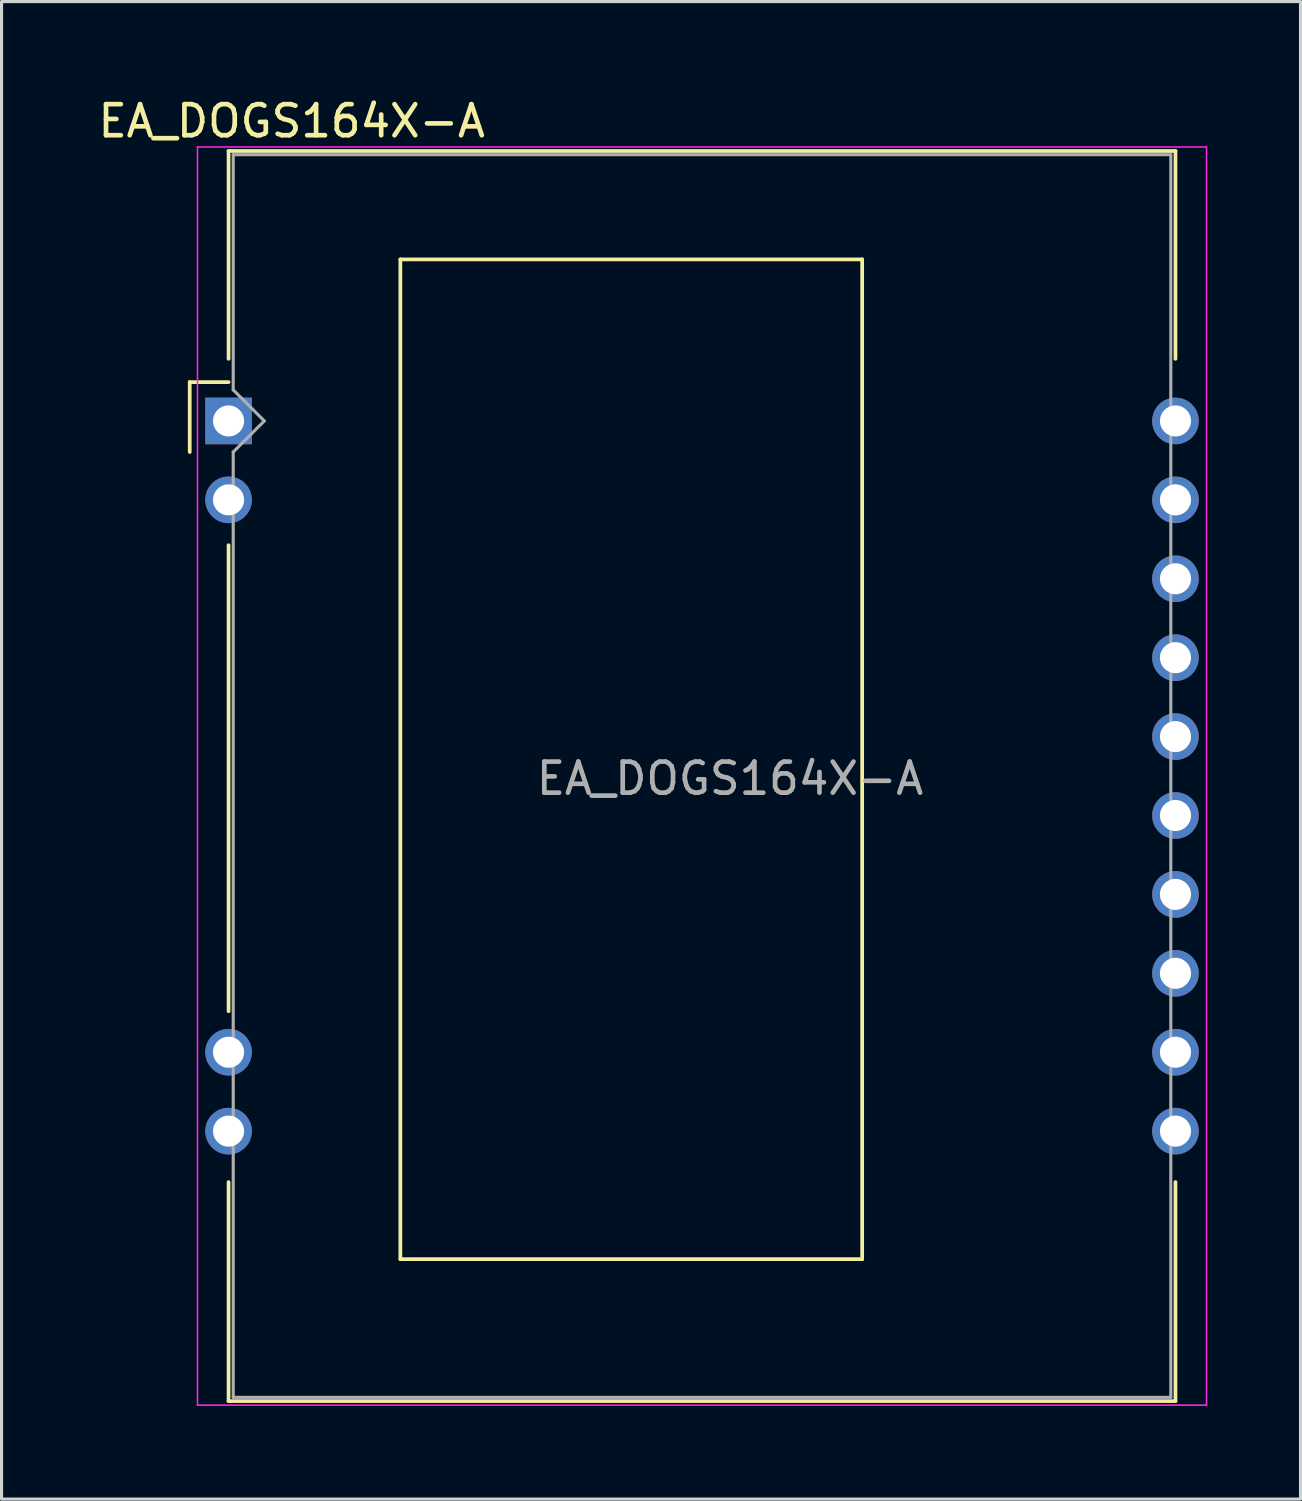
<source format=kicad_pcb>
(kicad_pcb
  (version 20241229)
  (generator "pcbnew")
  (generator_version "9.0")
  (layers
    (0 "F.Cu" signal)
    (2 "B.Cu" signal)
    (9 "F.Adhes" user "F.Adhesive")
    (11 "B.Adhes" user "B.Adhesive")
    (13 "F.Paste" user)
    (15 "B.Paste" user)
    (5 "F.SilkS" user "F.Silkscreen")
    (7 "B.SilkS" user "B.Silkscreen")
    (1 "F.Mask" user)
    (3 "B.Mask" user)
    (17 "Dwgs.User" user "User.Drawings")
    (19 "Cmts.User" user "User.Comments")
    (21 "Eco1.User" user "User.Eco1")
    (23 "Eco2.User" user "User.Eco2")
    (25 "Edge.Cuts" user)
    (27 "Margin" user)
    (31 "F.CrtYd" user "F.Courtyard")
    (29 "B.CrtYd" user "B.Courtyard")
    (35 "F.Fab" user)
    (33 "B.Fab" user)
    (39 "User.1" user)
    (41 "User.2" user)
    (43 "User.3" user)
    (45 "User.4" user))
  (footprint "EA_DOGS164X-A"
    (layer "F.Cu")
    (at 4.307 10.5)
    (property "Reference" "EA_DOGS164X-A" (at 2.032 -9.652 0) (layer "F.SilkS") (effects (font (size 1 1) (thickness 0.15))))
    (attr through_hole)
    (fp_line (start -1.25 -1.25) (end -1.25 1) (stroke (width 0.12) (type solid)) (layer "F.SilkS"))
    (fp_line (start -1.25 -1.25) (end 0 -1.25) (stroke (width 0.12) (type solid)) (layer "F.SilkS"))
    (fp_line (start 0 -8.69) (end 30.48 -8.69) (stroke (width 0.12) (type solid)) (layer "F.SilkS"))
    (fp_line (start 0 -2) (end 0 -8.69) (stroke (width 0.12) (type solid)) (layer "F.SilkS"))
    (fp_line (start 0 4) (end 0 19) (stroke (width 0.12) (type solid)) (layer "F.SilkS"))
    (fp_line (start 0 24.5) (end 0 31.55) (stroke (width 0.12) (type solid)) (layer "F.SilkS"))
    (fp_line (start 5.53 -5.2) (end 5.53 26.98) (stroke (width 0.12) (type solid)) (layer "F.SilkS"))
    (fp_line (start 5.53 26.98) (end 20.395 26.98) (stroke (width 0.12) (type solid)) (layer "F.SilkS"))
    (fp_line (start 20.395 -5.2) (end 5.53 -5.2) (stroke (width 0.12) (type solid)) (layer "F.SilkS"))
    (fp_line (start 20.395 26.98) (end 20.395 -5.2) (stroke (width 0.12) (type solid)) (layer "F.SilkS"))
    (fp_line (start 30.48 -8.69) (end 30.48 -2) (stroke (width 0.12) (type solid)) (layer "F.SilkS"))
    (fp_line (start 30.48 24.5) (end 30.48 31.55) (stroke (width 0.12) (type solid)) (layer "F.SilkS"))
    (fp_line (start 30.48 31.55) (end 0 31.55) (stroke (width 0.12) (type solid)) (layer "F.SilkS"))
    (fp_line (start -1 -8.82) (end 31.48 -8.82) (stroke (width 0.05) (type solid)) (layer "F.CrtYd"))
    (fp_line (start -1 31.68) (end -1 -8.82) (stroke (width 0.05) (type solid)) (layer "F.CrtYd"))
    (fp_line (start 31.48 -8.82) (end 31.48 31.68) (stroke (width 0.05) (type solid)) (layer "F.CrtYd"))
    (fp_line (start 31.48 31.68) (end -1 31.68) (stroke (width 0.05) (type solid)) (layer "F.CrtYd"))
    (fp_line (start 0.15 -8.57) (end 30.33 -8.57) (stroke (width 0.1) (type solid)) (layer "F.Fab"))
    (fp_line (start 0.15 -1) (end 0.15 -8.57) (stroke (width 0.1) (type solid)) (layer "F.Fab"))
    (fp_line (start 0.15 -1) (end 1.15 0) (stroke (width 0.1) (type solid)) (layer "F.Fab"))
    (fp_line (start 0.15 1) (end 0.15 31.43) (stroke (width 0.1) (type solid)) (layer "F.Fab"))
    (fp_line (start 1.15 0) (end 0.15 1) (stroke (width 0.1) (type solid)) (layer "F.Fab"))
    (fp_line (start 30.33 -8.57) (end 30.33 31.43) (stroke (width 0.1) (type solid)) (layer "F.Fab"))
    (fp_line (start 30.33 31.43) (end 0.15 31.43) (stroke (width 0.1) (type solid)) (layer "F.Fab"))
    (fp_text user "${REFERENCE}" (at 16.14 11.51 0) (layer "F.Fab") (effects (font (size 1 1) (thickness 0.15))))
    (pad "1" thru_hole rect (at 0 0) (size 1.5 1.5) (drill 1) (layers "*.Cu" "*.Mask"))
    (pad "2" thru_hole circle (at 0 2.54) (size 1.5 1.5) (drill 1) (layers "*.Cu" "*.Mask"))
    (pad "9" thru_hole circle (at 0 20.32) (size 1.5 1.5) (drill 1) (layers "*.Cu" "*.Mask"))
    (pad "10" thru_hole circle (at 0 22.86) (size 1.5 1.5) (drill 1) (layers "*.Cu" "*.Mask"))
    (pad "11" thru_hole circle (at 30.48 22.86) (size 1.5 1.5) (drill 1) (layers "*.Cu" "*.Mask"))
    (pad "12" thru_hole circle (at 30.48 20.32) (size 1.5 1.5) (drill 1) (layers "*.Cu" "*.Mask"))
    (pad "13" thru_hole circle (at 30.48 17.78) (size 1.5 1.5) (drill 1) (layers "*.Cu" "*.Mask"))
    (pad "14" thru_hole circle (at 30.48 15.24) (size 1.5 1.5) (drill 1) (layers "*.Cu" "*.Mask"))
    (pad "15" thru_hole circle (at 30.48 12.7) (size 1.5 1.5) (drill 1) (layers "*.Cu" "*.Mask"))
    (pad "16" thru_hole circle (at 30.48 10.16) (size 1.5 1.5) (drill 1) (layers "*.Cu" "*.Mask"))
    (pad "17" thru_hole circle (at 30.48 7.62) (size 1.5 1.5) (drill 1) (layers "*.Cu" "*.Mask"))
    (pad "18" thru_hole circle (at 30.48 5.08) (size 1.5 1.5) (drill 1) (layers "*.Cu" "*.Mask"))
    (pad "19" thru_hole circle (at 30.48 2.54) (size 1.5 1.5) (drill 1) (layers "*.Cu" "*.Mask"))
    (pad "20" thru_hole circle (at 30.48 0) (size 1.5 1.5) (drill 1) (layers "*.Cu" "*.Mask")))
  (gr_rect
    (start -3 -3)
    (end 38.812 45.205)
    (stroke (width 0.1) (type default))
    (fill no)
    (layer "Edge.Cuts")))
</source>
